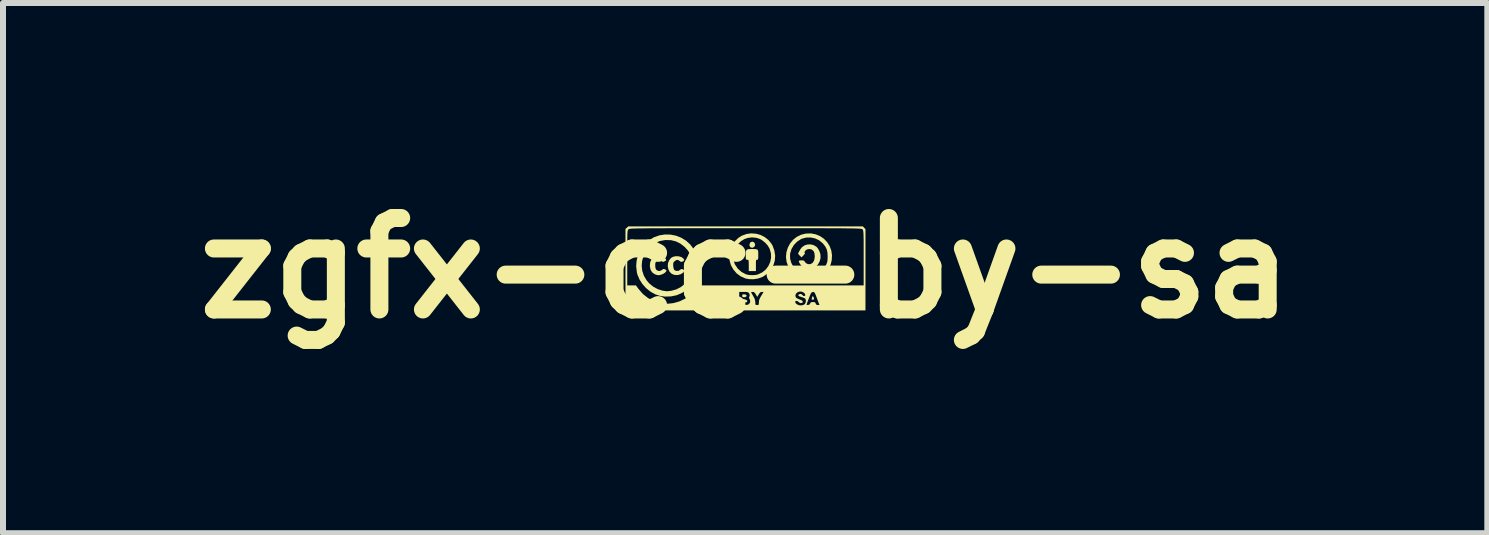
<source format=kicad_pcb>
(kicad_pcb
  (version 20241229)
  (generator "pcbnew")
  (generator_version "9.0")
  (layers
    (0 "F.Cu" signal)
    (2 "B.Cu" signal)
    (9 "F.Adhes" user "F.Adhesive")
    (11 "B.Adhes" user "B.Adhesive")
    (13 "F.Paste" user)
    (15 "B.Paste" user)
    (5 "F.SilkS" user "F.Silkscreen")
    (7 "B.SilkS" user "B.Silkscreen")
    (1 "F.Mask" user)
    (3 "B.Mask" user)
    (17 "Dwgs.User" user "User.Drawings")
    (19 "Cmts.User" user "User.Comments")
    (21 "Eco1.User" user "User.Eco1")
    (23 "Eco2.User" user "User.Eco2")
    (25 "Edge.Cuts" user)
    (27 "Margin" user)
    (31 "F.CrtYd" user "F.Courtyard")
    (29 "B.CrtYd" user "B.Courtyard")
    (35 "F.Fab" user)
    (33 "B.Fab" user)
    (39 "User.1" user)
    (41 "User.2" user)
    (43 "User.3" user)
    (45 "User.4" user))
  (footprint "zgfx-cc-by-sa"
    (layer "F.Cu")
    (at 9.369 1.418)
    (property "Reference" "zgfx-cc-by-sa" (at 0 0 0) (layer "F.SilkS") (effects (font (size 1.524 1.524) (thickness 0.3))))
    (attr board_only exclude_from_pos_files exclude_from_bom)
    (fp_poly (pts (xy 1.139 0.483) (xy 1.146 0.504) (xy 1.148 0.52) (xy 1.137 0.526) (xy 1.128 0.526) (xy 1.112 0.525) (xy 1.108 0.517) (xy 1.113 0.497) (xy 1.114 0.491) (xy 1.123 0.47) (xy 1.13 0.468)) (stroke (width 0) (type solid)) (fill yes) (layer "F.SilkS"))
    (fp_poly (pts (xy 0.011 0.442) (xy 0.024 0.454) (xy 0.021 0.47) (xy 0.017 0.475) (xy -0.001 0.484) (xy -0.022 0.486) (xy -0.042 0.483) (xy -0.049 0.47) (xy -0.05 0.462) (xy -0.047 0.445) (xy -0.035 0.438) (xy -0.016 0.437)) (stroke (width 0) (type solid)) (fill yes) (layer "F.SilkS"))
    (fp_poly (pts (xy -0.021 0.518) (xy -0.013 0.519) (xy 0.019 0.53) (xy 0.035 0.544) (xy 0.035 0.559) (xy 0.019 0.571) (xy -0.011 0.576) (xy -0.036 0.574) (xy -0.047 0.568) (xy -0.05 0.551) (xy -0.05 0.545) (xy -0.048 0.524) (xy -0.041 0.517)) (stroke (width 0) (type solid)) (fill yes) (layer "F.SilkS"))
    (fp_poly (pts (xy 0.143 -0.433) (xy 0.159 -0.415) (xy 0.166 -0.391) (xy 0.16 -0.366) (xy 0.153 -0.357) (xy 0.127 -0.339) (xy 0.1 -0.342) (xy 0.085 -0.35) (xy 0.073 -0.371) (xy 0.072 -0.397) (xy 0.083 -0.422) (xy 0.094 -0.433) (xy 0.12 -0.441)) (stroke (width 0) (type solid)) (fill yes) (layer "F.SilkS"))
    (fp_poly (pts (xy 0.157 -0.317) (xy 0.188 -0.314) (xy 0.206 -0.306) (xy 0.215 -0.289) (xy 0.218 -0.261) (xy 0.218 -0.222) (xy 0.218 -0.182) (xy 0.216 -0.157) (xy 0.212 -0.144) (xy 0.205 -0.139) (xy 0.199 -0.139) (xy 0.189 -0.138) (xy 0.183 -0.131) (xy 0.18 -0.115) (xy 0.179 -0.087) (xy 0.179 -0.045) (xy 0.179 0.05) (xy 0.06 0.05) (xy 0.06 -0.045) (xy 0.059 -0.088) (xy 0.058 -0.116) (xy 0.055 -0.131) (xy 0.049 -0.137) (xy 0.039 -0.139) (xy 0.035 -0.139) (xy 0.022 -0.14) (xy 0.014 -0.146) (xy 0.011 -0.161) (xy 0.01 -0.19) (xy 0.01 -0.209) (xy 0.011 -0.257) (xy 0.016 -0.288) (xy 0.028 -0.306) (xy 0.051 -0.315) (xy 0.087 -0.317) (xy 0.109 -0.318)) (stroke (width 0) (type solid)) (fill yes) (layer "F.SilkS"))
    (fp_poly (pts (xy -1.111 -0.197) (xy -1.068 -0.185) (xy -1.052 -0.177) (xy -1.024 -0.153) (xy -1.015 -0.134) (xy -1.026 -0.118) (xy -1.041 -0.11) (xy -1.063 -0.103) (xy -1.079 -0.108) (xy -1.091 -0.118) (xy -1.119 -0.136) (xy -1.148 -0.134) (xy -1.178 -0.113) (xy -1.193 -0.096) (xy -1.199 -0.078) (xy -1.2 -0.052) (xy -1.199 -0.033) (xy -1.192 0.008) (xy -1.181 0.031) (xy -1.176 0.036) (xy -1.145 0.048) (xy -1.111 0.046) (xy -1.084 0.029) (xy -1.084 0.029) (xy -1.067 0.016) (xy -1.05 0.016) (xy -1.039 0.021) (xy -1.018 0.035) (xy -1.015 0.051) (xy -1.03 0.073) (xy -1.036 0.078) (xy -1.077 0.104) (xy -1.128 0.116) (xy -1.181 0.113) (xy -1.186 0.112) (xy -1.229 0.092) (xy -1.261 0.059) (xy -1.281 0.016) (xy -1.29 -0.032) (xy -1.286 -0.081) (xy -1.268 -0.128) (xy -1.237 -0.168) (xy -1.203 -0.188) (xy -1.158 -0.198)) (stroke (width 0) (type solid)) (fill yes) (layer "F.SilkS"))
    (fp_poly (pts (xy -1.4 -0.193) (xy -1.36 -0.181) (xy -1.33 -0.161) (xy -1.32 -0.148) (xy -1.316 -0.134) (xy -1.326 -0.122) (xy -1.341 -0.114) (xy -1.363 -0.104) (xy -1.377 -0.105) (xy -1.393 -0.117) (xy -1.394 -0.118) (xy -1.419 -0.136) (xy -1.444 -0.136) (xy -1.472 -0.119) (xy -1.473 -0.118) (xy -1.488 -0.103) (xy -1.496 -0.085) (xy -1.499 -0.056) (xy -1.499 -0.044) (xy -1.496 -0.006) (xy -1.488 0.018) (xy -1.479 0.03) (xy -1.449 0.047) (xy -1.416 0.047) (xy -1.385 0.03) (xy -1.384 0.029) (xy -1.365 0.015) (xy -1.349 0.016) (xy -1.338 0.02) (xy -1.318 0.032) (xy -1.312 0.04) (xy -1.316 0.053) (xy -1.32 0.06) (xy -1.339 0.079) (xy -1.37 0.098) (xy -1.407 0.112) (xy -1.441 0.119) (xy -1.444 0.119) (xy -1.473 0.114) (xy -1.505 0.103) (xy -1.509 0.102) (xy -1.55 0.071) (xy -1.576 0.03) (xy -1.587 -0.025) (xy -1.588 -0.044) (xy -1.583 -0.098) (xy -1.565 -0.139) (xy -1.533 -0.172) (xy -1.522 -0.18) (xy -1.487 -0.194) (xy -1.445 -0.198)) (stroke (width 0) (type solid)) (fill yes) (layer "F.SilkS"))
    (fp_poly (pts (xy 1.143 -0.382) (xy 1.19 -0.354) (xy 1.194 -0.35) (xy 1.219 -0.317) (xy 1.241 -0.273) (xy 1.255 -0.225) (xy 1.255 -0.221) (xy 1.256 -0.166) (xy 1.241 -0.111) (xy 1.214 -0.062) (xy 1.177 -0.023) (xy 1.138 -0.001) (xy 1.097 0.008) (xy 1.048 0.009) (xy 1.001 0.002) (xy 0.973 -0.008) (xy 0.948 -0.028) (xy 0.923 -0.056) (xy 0.904 -0.086) (xy 0.894 -0.113) (xy 0.893 -0.117) (xy 0.903 -0.125) (xy 0.931 -0.129) (xy 0.938 -0.129) (xy 0.968 -0.127) (xy 0.984 -0.12) (xy 0.994 -0.105) (xy 0.994 -0.105) (xy 1.015 -0.081) (xy 1.046 -0.067) (xy 1.081 -0.065) (xy 1.095 -0.069) (xy 1.129 -0.092) (xy 1.15 -0.13) (xy 1.159 -0.181) (xy 1.159 -0.206) (xy 1.155 -0.245) (xy 1.146 -0.272) (xy 1.132 -0.292) (xy 1.103 -0.312) (xy 1.068 -0.318) (xy 1.034 -0.312) (xy 1.006 -0.295) (xy 0.99 -0.269) (xy 0.99 -0.268) (xy 0.99 -0.252) (xy 0.995 -0.248) (xy 0.996 -0.242) (xy 0.984 -0.226) (xy 0.973 -0.213) (xy 0.939 -0.179) (xy 0.907 -0.21) (xy 0.886 -0.234) (xy 0.883 -0.249) (xy 0.885 -0.252) (xy 0.894 -0.267) (xy 0.908 -0.293) (xy 0.916 -0.308) (xy 0.947 -0.349) (xy 0.989 -0.378) (xy 1.038 -0.393) (xy 1.091 -0.395)) (stroke (width 0) (type solid)) (fill yes) (layer "F.SilkS"))
    (fp_poly (pts (xy 0.18 -0.573) (xy 0.257 -0.552) (xy 0.327 -0.516) (xy 0.389 -0.467) (xy 0.439 -0.405) (xy 0.457 -0.373) (xy 0.487 -0.291) (xy 0.5 -0.207) (xy 0.494 -0.126) (xy 0.471 -0.048) (xy 0.433 0.023) (xy 0.379 0.085) (xy 0.31 0.135) (xy 0.278 0.152) (xy 0.211 0.175) (xy 0.136 0.186) (xy 0.061 0.184) (xy 0.005 0.173) (xy -0.074 0.138) (xy -0.142 0.088) (xy -0.196 0.025) (xy -0.237 -0.047) (xy -0.26 -0.128) (xy -0.263 -0.167) (xy -0.194 -0.167) (xy -0.187 -0.111) (xy -0.173 -0.066) (xy -0.171 -0.062) (xy -0.124 0.008) (xy -0.064 0.062) (xy 0.007 0.101) (xy 0.019 0.105) (xy 0.063 0.115) (xy 0.116 0.118) (xy 0.17 0.115) (xy 0.216 0.105) (xy 0.218 0.104) (xy 0.287 0.07) (xy 0.344 0.023) (xy 0.388 -0.036) (xy 0.418 -0.103) (xy 0.432 -0.174) (xy 0.429 -0.248) (xy 0.408 -0.321) (xy 0.407 -0.324) (xy 0.376 -0.376) (xy 0.332 -0.425) (xy 0.28 -0.466) (xy 0.251 -0.483) (xy 0.184 -0.505) (xy 0.112 -0.512) (xy 0.04 -0.502) (xy -0.01 -0.485) (xy -0.069 -0.449) (xy -0.122 -0.399) (xy -0.163 -0.343) (xy -0.171 -0.328) (xy -0.186 -0.282) (xy -0.194 -0.226) (xy -0.194 -0.167) (xy -0.263 -0.167) (xy -0.266 -0.213) (xy -0.266 -0.223) (xy -0.251 -0.303) (xy -0.219 -0.379) (xy -0.172 -0.447) (xy -0.113 -0.504) (xy -0.057 -0.539) (xy 0.02 -0.568) (xy 0.1 -0.579)) (stroke (width 0) (type solid)) (fill yes) (layer "F.SilkS"))
    (fp_poly (pts (xy 1.175 -0.563) (xy 1.248 -0.533) (xy 1.312 -0.489) (xy 1.366 -0.433) (xy 1.407 -0.368) (xy 1.435 -0.295) (xy 1.447 -0.216) (xy 1.443 -0.133) (xy 1.425 -0.06) (xy 1.394 0.003) (xy 1.347 0.062) (xy 1.289 0.113) (xy 1.224 0.153) (xy 1.171 0.173) (xy 1.107 0.185) (xy 1.04 0.187) (xy 0.978 0.18) (xy 0.956 0.174) (xy 0.885 0.143) (xy 0.819 0.096) (xy 0.762 0.039) (xy 0.719 -0.025) (xy 0.716 -0.031) (xy 0.689 -0.109) (xy 0.68 -0.188) (xy 0.684 -0.229) (xy 0.748 -0.229) (xy 0.749 -0.158) (xy 0.768 -0.089) (xy 0.802 -0.024) (xy 0.849 0.033) (xy 0.907 0.078) (xy 0.96 0.104) (xy 1.013 0.116) (xy 1.075 0.118) (xy 1.136 0.11) (xy 1.175 0.099) (xy 1.237 0.067) (xy 1.293 0.02) (xy 1.337 -0.035) (xy 1.348 -0.053) (xy 1.361 -0.082) (xy 1.369 -0.108) (xy 1.373 -0.139) (xy 1.374 -0.182) (xy 1.375 -0.194) (xy 1.371 -0.261) (xy 1.358 -0.316) (xy 1.333 -0.363) (xy 1.295 -0.411) (xy 1.289 -0.417) (xy 1.231 -0.464) (xy 1.164 -0.495) (xy 1.092 -0.51) (xy 1.018 -0.509) (xy 0.948 -0.491) (xy 0.93 -0.483) (xy 0.866 -0.441) (xy 0.813 -0.386) (xy 0.773 -0.32) (xy 0.751 -0.248) (xy 0.748 -0.229) (xy 0.684 -0.229) (xy 0.688 -0.266) (xy 0.711 -0.341) (xy 0.748 -0.41) (xy 0.797 -0.47) (xy 0.858 -0.519) (xy 0.929 -0.555) (xy 1.008 -0.575) (xy 1.094 -0.578)) (stroke (width 0) (type solid)) (fill yes) (layer "F.SilkS"))
    (fp_poly (pts (xy -1.244 -0.558) (xy -1.153 -0.54) (xy -1.066 -0.506) (xy -0.987 -0.458) (xy -0.917 -0.395) (xy -0.86 -0.32) (xy -0.834 -0.273) (xy -0.812 -0.223) (xy -0.797 -0.181) (xy -0.788 -0.139) (xy -0.784 -0.091) (xy -0.783 -0.031) (xy -0.791 0.068) (xy -0.816 0.156) (xy -0.857 0.235) (xy -0.916 0.308) (xy -0.966 0.355) (xy -1.049 0.412) (xy -1.14 0.452) (xy -1.236 0.472) (xy -1.337 0.475) (xy -1.42 0.463) (xy -1.502 0.436) (xy -1.58 0.392) (xy -1.651 0.334) (xy -1.713 0.265) (xy -1.762 0.188) (xy -1.796 0.107) (xy -1.805 0.071) (xy -1.816 -0.027) (xy -1.816 -0.038) (xy -1.725 -0.038) (xy -1.715 0.046) (xy -1.688 0.127) (xy -1.643 0.204) (xy -1.598 0.256) (xy -1.532 0.31) (xy -1.456 0.351) (xy -1.374 0.377) (xy -1.31 0.386) (xy -1.287 0.385) (xy -1.253 0.381) (xy -1.226 0.377) (xy -1.145 0.354) (xy -1.069 0.314) (xy -1.001 0.26) (xy -0.945 0.195) (xy -0.902 0.12) (xy -0.884 0.067) (xy -0.877 0.028) (xy -0.874 -0.024) (xy -0.875 -0.067) (xy -0.879 -0.117) (xy -0.886 -0.157) (xy -0.899 -0.194) (xy -0.911 -0.221) (xy -0.954 -0.293) (xy -1.011 -0.355) (xy -1.078 -0.407) (xy -1.152 -0.444) (xy -1.229 -0.464) (xy -1.239 -0.466) (xy -1.334 -0.467) (xy -1.422 -0.451) (xy -1.502 -0.417) (xy -1.575 -0.363) (xy -1.589 -0.351) (xy -1.649 -0.281) (xy -1.692 -0.204) (xy -1.717 -0.122) (xy -1.725 -0.038) (xy -1.816 -0.038) (xy -1.809 -0.125) (xy -1.785 -0.218) (xy -1.744 -0.305) (xy -1.689 -0.384) (xy -1.62 -0.451) (xy -1.538 -0.504) (xy -1.523 -0.512) (xy -1.432 -0.545) (xy -1.338 -0.56)) (stroke (width 0) (type solid)) (fill yes) (layer "F.SilkS"))
    (fp_poly (pts (xy 1.983 -0.672) (xy 2.005 -0.649) (xy 2.005 0.705) (xy -1.995 0.705) (xy -1.995 0.615) (xy -0.099 0.615) (xy -0.026 0.615) (xy 0.02 0.614) (xy 0.049 0.608) (xy 0.063 0.6) (xy 0.083 0.57) (xy 0.083 0.538) (xy 0.075 0.521) (xy 0.065 0.498) (xy 0.069 0.476) (xy 0.071 0.472) (xy 0.077 0.45) (xy 0.069 0.428) (xy 0.066 0.422) (xy 0.056 0.409) (xy 0.045 0.403) (xy 0.099 0.403) (xy 0.104 0.414) (xy 0.117 0.437) (xy 0.134 0.467) (xy 0.156 0.507) (xy 0.166 0.541) (xy 0.169 0.57) (xy 0.17 0.597) (xy 0.174 0.611) (xy 0.186 0.615) (xy 0.199 0.615) (xy 0.217 0.614) (xy 0.226 0.607) (xy 0.228 0.587) (xy 0.228 0.571) (xy 0.229 0.567) (xy 0.834 0.567) (xy 0.843 0.586) (xy 0.865 0.605) (xy 0.866 0.606) (xy 0.904 0.62) (xy 0.945 0.621) (xy 0.972 0.612) (xy 1.022 0.612) (xy 1.031 0.614) (xy 1.047 0.615) (xy 1.071 0.608) (xy 1.082 0.591) (xy 1.092 0.574) (xy 1.109 0.567) (xy 1.13 0.566) (xy 1.156 0.568) (xy 1.17 0.576) (xy 1.175 0.591) (xy 1.185 0.609) (xy 1.206 0.615) (xy 1.21 0.615) (xy 1.238 0.615) (xy 1.197 0.506) (xy 1.18 0.459) (xy 1.167 0.428) (xy 1.157 0.41) (xy 1.148 0.401) (xy 1.138 0.398) (xy 1.128 0.399) (xy 1.115 0.402) (xy 1.105 0.409) (xy 1.094 0.424) (xy 1.083 0.449) (xy 1.067 0.49) (xy 1.061 0.505) (xy 1.045 0.547) (xy 1.033 0.581) (xy 1.025 0.604) (xy 1.022 0.612) (xy 0.972 0.612) (xy 0.982 0.608) (xy 0.993 0.6) (xy 1.007 0.577) (xy 1.012 0.548) (xy 1.008 0.521) (xy 0.999 0.507) (xy 0.982 0.498) (xy 0.953 0.487) (xy 0.934 0.481) (xy 0.901 0.47) (xy 0.886 0.459) (xy 0.887 0.448) (xy 0.898 0.437) (xy 0.919 0.43) (xy 0.942 0.436) (xy 0.957 0.452) (xy 0.969 0.464) (xy 0.986 0.466) (xy 1 0.457) (xy 1.003 0.448) (xy 0.993 0.424) (xy 0.969 0.404) (xy 0.936 0.391) (xy 0.901 0.392) (xy 0.87 0.405) (xy 0.847 0.427) (xy 0.837 0.455) (xy 0.843 0.485) (xy 0.843 0.486) (xy 0.858 0.499) (xy 0.885 0.514) (xy 0.904 0.521) (xy 0.939 0.536) (xy 0.959 0.552) (xy 0.961 0.568) (xy 0.952 0.577) (xy 0.928 0.585) (xy 0.904 0.576) (xy 0.893 0.566) (xy 0.872 0.551) (xy 0.854 0.546) (xy 0.837 0.552) (xy 0.834 0.567) (xy 0.229 0.567) (xy 0.231 0.54) (xy 0.242 0.509) (xy 0.263 0.47) (xy 0.268 0.462) (xy 0.307 0.397) (xy 0.279 0.397) (xy 0.258 0.401) (xy 0.242 0.415) (xy 0.226 0.439) (xy 0.201 0.48) (xy 0.178 0.439) (xy 0.16 0.412) (xy 0.142 0.399) (xy 0.127 0.397) (xy 0.107 0.399) (xy 0.099 0.403) (xy 0.045 0.403) (xy 0.043 0.402) (xy 0.022 0.398) (xy -0.011 0.397) (xy -0.025 0.397) (xy -0.099 0.397) (xy -0.099 0.615) (xy -1.995 0.615) (xy -1.995 0.288) (xy -1.965 0.288) (xy -1.821 0.288) (xy -1.774 0.352) (xy -1.702 0.434) (xy -1.619 0.499) (xy -1.525 0.547) (xy -1.419 0.58) (xy -1.414 0.581) (xy -1.346 0.592) (xy -1.282 0.593) (xy -1.213 0.586) (xy -1.186 0.581) (xy -1.095 0.555) (xy -1.007 0.513) (xy -0.927 0.459) (xy -0.858 0.396) (xy -0.814 0.338) (xy -0.782 0.288) (xy 1.975 0.288) (xy 1.975 -0.169) (xy 1.975 -0.276) (xy 1.975 -0.365) (xy 1.975 -0.438) (xy 1.974 -0.496) (xy 1.973 -0.541) (xy 1.972 -0.575) (xy 1.97 -0.6) (xy 1.968 -0.618) (xy 1.965 -0.63) (xy 1.962 -0.638) (xy 1.957 -0.643) (xy 1.955 -0.645) (xy 1.953 -0.648) (xy 1.949 -0.65) (xy 1.945 -0.652) (xy 1.937 -0.653) (xy 1.927 -0.655) (xy 1.912 -0.657) (xy 1.892 -0.658) (xy 1.867 -0.659) (xy 1.835 -0.66) (xy 1.796 -0.661) (xy 1.748 -0.662) (xy 1.691 -0.662) (xy 1.625 -0.663) (xy 1.548 -0.664) (xy 1.459 -0.664) (xy 1.358 -0.664) (xy 1.243 -0.665) (xy 1.115 -0.665) (xy 0.971 -0.665) (xy 0.812 -0.665) (xy 0.637 -0.665) (xy 0.444 -0.665) (xy 0.232 -0.665) (xy 0.005 -0.665) (xy -0.225 -0.665) (xy -0.436 -0.665) (xy -0.629 -0.665) (xy -0.804 -0.665) (xy -0.963 -0.665) (xy -1.106 -0.665) (xy -1.235 -0.665) (xy -1.349 -0.664) (xy -1.45 -0.664) (xy -1.539 -0.664) (xy -1.616 -0.663) (xy -1.682 -0.662) (xy -1.739 -0.662) (xy -1.786 -0.661) (xy -1.825 -0.66) (xy -1.857 -0.659) (xy -1.883 -0.658) (xy -1.902 -0.657) (xy -1.917 -0.655) (xy -1.927 -0.653) (xy -1.935 -0.652) (xy -1.94 -0.65) (xy -1.943 -0.648) (xy -1.945 -0.645) (xy -1.95 -0.64) (xy -1.954 -0.633) (xy -1.957 -0.623) (xy -1.96 -0.608) (xy -1.962 -0.586) (xy -1.963 -0.556) (xy -1.964 -0.515) (xy -1.965 -0.462) (xy -1.965 -0.395) (xy -1.965 -0.313) (xy -1.965 -0.213) (xy -1.965 -0.169) (xy -1.965 0.288) (xy -1.995 0.288) (xy -1.995 -0.652) (xy -1.972 -0.673) (xy -1.949 -0.695) (xy 1.962 -0.695)) (stroke (width 0) (type solid)) (fill yes) (layer "F.SilkS")))
  (gr_rect
    (start -3 -3)
    (end 21.738 5.836)
    (stroke (width 0.1) (type default))
    (fill no)
    (layer "Edge.Cuts")))
</source>
